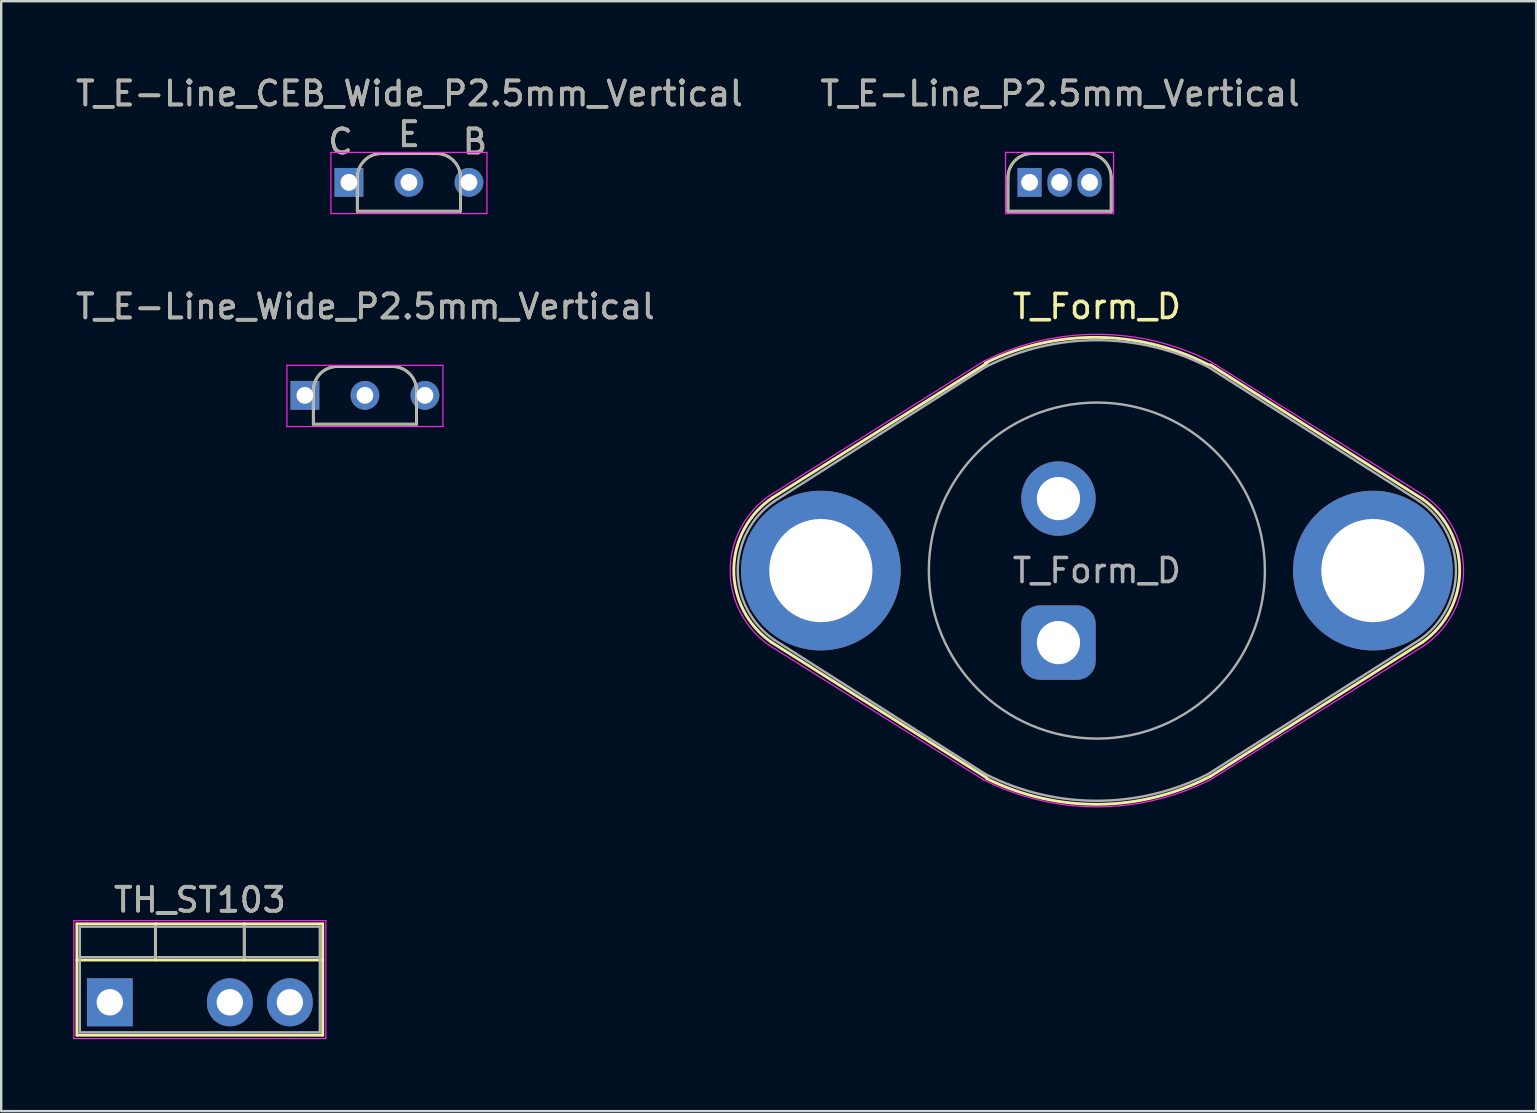
<source format=kicad_pcb>
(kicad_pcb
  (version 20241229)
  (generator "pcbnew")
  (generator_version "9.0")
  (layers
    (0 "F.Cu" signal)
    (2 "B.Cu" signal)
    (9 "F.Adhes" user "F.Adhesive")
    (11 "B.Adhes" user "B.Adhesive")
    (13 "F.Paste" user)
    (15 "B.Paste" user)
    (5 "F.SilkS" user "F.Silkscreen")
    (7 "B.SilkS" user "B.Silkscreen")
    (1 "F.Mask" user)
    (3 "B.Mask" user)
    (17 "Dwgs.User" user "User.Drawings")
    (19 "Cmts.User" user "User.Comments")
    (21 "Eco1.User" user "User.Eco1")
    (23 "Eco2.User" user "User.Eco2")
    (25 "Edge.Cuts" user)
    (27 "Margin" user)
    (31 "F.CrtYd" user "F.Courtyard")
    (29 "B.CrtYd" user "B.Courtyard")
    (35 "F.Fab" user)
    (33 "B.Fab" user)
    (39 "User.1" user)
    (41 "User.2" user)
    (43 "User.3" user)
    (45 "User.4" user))
  (footprint "T_Form_D"
    (layer "F.Cu")
    (at 42.647 20.721)
    (property "Reference" "T_Form_D" (at 0 -11 0) (layer "F.SilkS") (effects (font (size 1 1) (thickness 0.15))))
    (attr through_hole)
    (fp_line (start -4.575 -8.645) (end -13.5 -3.045) (stroke (width 0.12) (type solid)) (layer "F.SilkS"))
    (fp_line (start -4.575 8.645) (end -13.575 2.975) (stroke (width 0.12) (type solid)) (layer "F.SilkS"))
    (fp_line (start 4.725 -8.575) (end 13.575 -2.975) (stroke (width 0.12) (type solid)) (layer "F.SilkS"))
    (fp_line (start 4.725 8.575) (end 13.575 2.975) (stroke (width 0.12) (type solid)) (layer "F.SilkS"))
    (fp_arc (start -13.575 2.975) (mid -15.125958 -0.05479) (end -13.5 -3.045) (stroke (width 0.12) (type solid)) (layer "F.SilkS"))
    (fp_arc (start -4.65 -8.645) (mid 0.008321 -9.715559) (end 4.65 -8.575) (stroke (width 0.12) (type solid)) (layer "F.SilkS"))
    (fp_arc (start 4.725 8.575) (mid 0.076121 9.736623) (end -4.59375 8.6625) (stroke (width 0.12) (type solid)) (layer "F.SilkS"))
    (fp_arc (start 13.575 -2.975) (mid 15.116511 0) (end 13.575 2.975) (stroke (width 0.12) (type solid)) (layer "F.SilkS"))
    (fp_line (start -4.725 -8.715) (end -13.65 -3.115) (stroke (width 0.05) (type solid)) (layer "F.CrtYd"))
    (fp_line (start -4.725 8.715) (end -13.65 3.115) (stroke (width 0.05) (type solid)) (layer "F.CrtYd"))
    (fp_line (start 4.725 -8.715) (end 13.65 -3.115) (stroke (width 0.05) (type solid)) (layer "F.CrtYd"))
    (fp_line (start 4.725 8.715) (end 13.65 3.115) (stroke (width 0.05) (type solid)) (layer "F.CrtYd"))
    (fp_arc (start -13.65 3.115) (mid -15.276328 0) (end -13.65 -3.115) (stroke (width 0.05) (type solid)) (layer "F.CrtYd"))
    (fp_arc (start -4.725 -8.715) (mid 0 -9.842419) (end 4.725 -8.715) (stroke (width 0.05) (type solid)) (layer "F.CrtYd"))
    (fp_arc (start 4.725 8.715) (mid 0 9.842417) (end -4.725 8.715) (stroke (width 0.05) (type solid)) (layer "F.CrtYd"))
    (fp_arc (start 13.65 -3.115) (mid 15.276327 0) (end 13.65 3.115) (stroke (width 0.05) (type solid)) (layer "F.CrtYd"))
    (fp_line (start -4.635 -8.484) (end -13.432 -2.891) (stroke (width 0.1) (type solid)) (layer "F.Fab"))
    (fp_line (start -4.635 8.484) (end -13.432 2.891) (stroke (width 0.1) (type solid)) (layer "F.Fab"))
    (fp_line (start 4.635 -8.484) (end 13.432 -2.891) (stroke (width 0.1) (type solid)) (layer "F.Fab"))
    (fp_line (start 4.635 8.477) (end 13.432 2.891) (stroke (width 0.1) (type solid)) (layer "F.Fab"))
    (fp_arc (start -13.4325 2.891) (mid -14.962205 0) (end -13.4325 -2.891) (stroke (width 0.1) (type solid)) (layer "F.Fab"))
    (fp_arc (start -4.635 -8.484) (mid 0 -9.597496) (end 4.635 -8.484) (stroke (width 0.1) (type solid)) (layer "F.Fab"))
    (fp_arc (start 4.635 8.477) (mid 0.000838 9.590552) (end -4.635 8.484) (stroke (width 0.1) (type solid)) (layer "F.Fab"))
    (fp_arc (start 13.4325 -2.891) (mid 14.962202 0) (end 13.4325 2.891) (stroke (width 0.1) (type solid)) (layer "F.Fab"))
    (fp_circle (center -11.5 0) (end -9.5 0) (stroke (width 0.1) (type solid)) (fill no) (layer "F.Fab"))
    (fp_circle (center 0 0) (end 7 0) (stroke (width 0.1) (type solid)) (fill no) (layer "F.Fab"))
    (fp_circle (center 11.5 0) (end 13.5 0) (stroke (width 0.1) (type solid)) (fill no) (layer "F.Fab"))
    (fp_text user "${REFERENCE}" (at 0 0 0) (layer "F.Fab") (effects (font (size 1 1) (thickness 0.15))))
    (pad "1" thru_hole roundrect (at -1.6 3) (size 3.1 3.1) (drill 1.8) (layers "*.Cu" "*.Mask") (roundrect_rratio 0.25))
    (pad "2" thru_hole circle (at -1.6 -3) (size 3.1 3.1) (drill 1.8) (layers "*.Cu" "*.Mask"))
    (pad "3" thru_hole circle (at -11.5 0) (size 6.65 6.65) (drill 4.3) (layers "*.Cu" "*.Mask"))
    (pad "3" thru_hole circle (at 11.5 0) (size 6.65 6.65) (drill 4.3) (layers "*.Cu" "*.Mask")))
  (footprint "T_E-Line_CEB_Wide_P2.5mm_Vertical"
    (layer "F.Cu")
    (at 12.736 4.548)
    (property "Reference" "T_E-Line_CEB_Wide_P2.5mm_Vertical" (at 1.27 -3.7 0) (layer "F.SilkS") (effects (font (size 1 1) (thickness 0.15))))
    (attr through_hole)
    (fp_line (start -0.9 -0.2) (end -0.9 1.2) (stroke (width 0.12) (type solid)) (layer "F.SilkS"))
    (fp_line (start -0.9 1.2) (end 3.4 1.2) (stroke (width 0.12) (type solid)) (layer "F.SilkS"))
    (fp_line (start 2.4 -1.2) (end 0.1 -1.2) (stroke (width 0.12) (type solid)) (layer "F.SilkS"))
    (fp_line (start 3.4 1.2) (end 3.4 -0.2) (stroke (width 0.12) (type solid)) (layer "F.SilkS"))
    (fp_arc (start -0.9 -0.2) (mid -0.607107 -0.907107) (end 0.1 -1.2) (stroke (width 0.12) (type solid)) (layer "F.SilkS"))
    (fp_arc (start 2.4 -1.2) (mid 3.107107 -0.907107) (end 3.4 -0.2) (stroke (width 0.12) (type solid)) (layer "F.SilkS"))
    (fp_line (start -2 -1.25) (end -2 1.3) (stroke (width 0.05) (type solid)) (layer "F.CrtYd"))
    (fp_line (start -2 1.3) (end 4.5 1.3) (stroke (width 0.05) (type solid)) (layer "F.CrtYd"))
    (fp_line (start 4.5 -1.25) (end -2 -1.25) (stroke (width 0.05) (type solid)) (layer "F.CrtYd"))
    (fp_line (start 4.5 1.3) (end 4.5 -1.25) (stroke (width 0.05) (type solid)) (layer "F.CrtYd"))
    (fp_line (start -0.9 -0.2) (end -0.9 1.2) (stroke (width 0.1) (type solid)) (layer "F.Fab"))
    (fp_line (start -0.9 1.2) (end 3.4 1.2) (stroke (width 0.1) (type solid)) (layer "F.Fab"))
    (fp_line (start 2.4 -1.2) (end 0.1 -1.2) (stroke (width 0.1) (type solid)) (layer "F.Fab"))
    (fp_line (start 3.4 1.2) (end 3.4 -0.2) (stroke (width 0.1) (type solid)) (layer "F.Fab"))
    (fp_arc (start -0.9 -0.2) (mid -0.607107 -0.907107) (end 0.1 -1.2) (stroke (width 0.1) (type solid)) (layer "F.Fab"))
    (fp_arc (start 2.4 -1.2) (mid 3.107107 -0.907107) (end 3.4 -0.2) (stroke (width 0.1) (type solid)) (layer "F.Fab"))
    (fp_text user "C" (at -1.6 -1.7 0) (layer "F.SilkS") (effects (font (size 1 1) (thickness 0.15))))
    (fp_text user "E" (at 1.25 -2 0) (layer "F.SilkS") (effects (font (size 1 1) (thickness 0.15))))
    (fp_text user "B" (at 4 -1.7 0) (layer "F.SilkS") (effects (font (size 1 1) (thickness 0.15))))
    (fp_text user "C" (at -1.6 -1.7 0) (layer "F.Fab") (effects (font (size 1 1) (thickness 0.15))))
    (fp_text user "${REFERENCE}" (at 1.27 -3.7 0) (layer "F.Fab") (effects (font (size 1 1) (thickness 0.15))))
    (fp_text user "B" (at 4 -1.7 0) (layer "F.Fab") (effects (font (size 1 1) (thickness 0.15))))
    (fp_text user "E" (at 1.25 -2 0) (layer "F.Fab") (effects (font (size 1 1) (thickness 0.15))))
    (pad "1" thru_hole rect (at -1.25 0) (size 1.2 1.2) (drill 0.7) (layers "*.Cu" "*.Mask"))
    (pad "2" thru_hole oval (at 1.25 0) (size 1.2 1.2) (drill 0.7) (layers "*.Cu" "*.Mask"))
    (pad "3" thru_hole oval (at 3.75 0) (size 1.2 1.2) (drill 0.7) (layers "*.Cu" "*.Mask")))
  (footprint "T_E-Line_P2.5mm_Vertical"
    (layer "F.Cu")
    (at 39.843 4.548)
    (property "Reference" "T_E-Line_P2.5mm_Vertical" (at 1.27 -3.7 0) (layer "F.SilkS") (effects (font (size 1 1) (thickness 0.15))))
    (attr through_hole)
    (fp_line (start -0.9 -0.2) (end -0.9 1.2) (stroke (width 0.12) (type solid)) (layer "F.SilkS"))
    (fp_line (start -0.9 1.2) (end 3.4 1.2) (stroke (width 0.12) (type solid)) (layer "F.SilkS"))
    (fp_line (start 2.4 -1.2) (end 0.1 -1.2) (stroke (width 0.12) (type solid)) (layer "F.SilkS"))
    (fp_line (start 3.4 1.2) (end 3.4 -0.2) (stroke (width 0.12) (type solid)) (layer "F.SilkS"))
    (fp_arc (start -0.9 -0.2) (mid -0.607107 -0.907107) (end 0.1 -1.2) (stroke (width 0.12) (type solid)) (layer "F.SilkS"))
    (fp_arc (start 2.4 -1.2) (mid 3.107107 -0.907107) (end 3.4 -0.2) (stroke (width 0.12) (type solid)) (layer "F.SilkS"))
    (fp_line (start -1 -1.25) (end -1 1.3) (stroke (width 0.05) (type solid)) (layer "F.CrtYd"))
    (fp_line (start -1 1.3) (end 3.5 1.3) (stroke (width 0.05) (type solid)) (layer "F.CrtYd"))
    (fp_line (start 3.5 -1.25) (end -1 -1.25) (stroke (width 0.05) (type solid)) (layer "F.CrtYd"))
    (fp_line (start 3.5 1.3) (end 3.5 -1.25) (stroke (width 0.05) (type solid)) (layer "F.CrtYd"))
    (fp_line (start -0.9 -0.2) (end -0.9 1.2) (stroke (width 0.1) (type solid)) (layer "F.Fab"))
    (fp_line (start -0.9 1.2) (end 3.4 1.2) (stroke (width 0.1) (type solid)) (layer "F.Fab"))
    (fp_line (start 2.4 -1.2) (end 0.1 -1.2) (stroke (width 0.1) (type solid)) (layer "F.Fab"))
    (fp_line (start 3.4 1.2) (end 3.4 -0.2) (stroke (width 0.1) (type solid)) (layer "F.Fab"))
    (fp_arc (start -0.9 -0.2) (mid -0.607107 -0.907107) (end 0.1 -1.2) (stroke (width 0.1) (type solid)) (layer "F.Fab"))
    (fp_arc (start 2.4 -1.2) (mid 3.107107 -0.907107) (end 3.4 -0.2) (stroke (width 0.1) (type solid)) (layer "F.Fab"))
    (fp_text user "${REFERENCE}" (at 1.27 -3.7 0) (layer "F.Fab") (effects (font (size 1 1) (thickness 0.15))))
    (pad "1" thru_hole rect (at 0 0) (size 1 1.2) (drill 0.7) (layers "*.Cu" "*.Mask"))
    (pad "2" thru_hole oval (at 1.25 0) (size 1 1.2) (drill 0.7) (layers "*.Cu" "*.Mask"))
    (pad "3" thru_hole oval (at 2.5 0) (size 1 1.2) (drill 0.7) (layers "*.Cu" "*.Mask")))
  (footprint "TH_ST103"
    (layer "F.Cu")
    (at 5.275 38.707)
    (property "Reference" "TH_ST103" (at 0 -4.27 0) (layer "F.SilkS") (effects (font (size 1 1) (thickness 0.15))))
    (attr through_hole)
    (fp_line (start -5.12 -3.27) (end -5.12 1.371) (stroke (width 0.12) (type solid)) (layer "F.SilkS"))
    (fp_line (start -5.12 -3.27) (end 5.12 -3.27) (stroke (width 0.12) (type solid)) (layer "F.SilkS"))
    (fp_line (start -5.12 -1.76) (end 5.12 -1.76) (stroke (width 0.12) (type solid)) (layer "F.SilkS"))
    (fp_line (start -5.12 1.371) (end 5.12 1.371) (stroke (width 0.12) (type solid)) (layer "F.SilkS"))
    (fp_line (start -1.85 -3.27) (end -1.85 -1.76) (stroke (width 0.12) (type solid)) (layer "F.SilkS"))
    (fp_line (start 1.851 -3.27) (end 1.851 -1.76) (stroke (width 0.12) (type solid)) (layer "F.SilkS"))
    (fp_line (start 5.12 -3.27) (end 5.12 1.371) (stroke (width 0.12) (type solid)) (layer "F.SilkS"))
    (fp_line (start -5.25 -3.4) (end -5.25 1.51) (stroke (width 0.05) (type solid)) (layer "F.CrtYd"))
    (fp_line (start -5.25 1.51) (end 5.25 1.51) (stroke (width 0.05) (type solid)) (layer "F.CrtYd"))
    (fp_line (start 5.25 -3.4) (end -5.25 -3.4) (stroke (width 0.05) (type solid)) (layer "F.CrtYd"))
    (fp_line (start 5.25 1.51) (end 5.25 -3.4) (stroke (width 0.05) (type solid)) (layer "F.CrtYd"))
    (fp_line (start -5 -3.15) (end -5 1.25) (stroke (width 0.1) (type solid)) (layer "F.Fab"))
    (fp_line (start -5 -1.88) (end 5 -1.88) (stroke (width 0.1) (type solid)) (layer "F.Fab"))
    (fp_line (start -5 1.25) (end 5 1.25) (stroke (width 0.1) (type solid)) (layer "F.Fab"))
    (fp_line (start -1.85 -3.15) (end -1.85 -1.88) (stroke (width 0.1) (type solid)) (layer "F.Fab"))
    (fp_line (start 1.85 -3.15) (end 1.85 -1.88) (stroke (width 0.1) (type solid)) (layer "F.Fab"))
    (fp_line (start 5 -3.15) (end -5 -3.15) (stroke (width 0.1) (type solid)) (layer "F.Fab"))
    (fp_line (start 5 1.25) (end 5 -3.15) (stroke (width 0.1) (type solid)) (layer "F.Fab"))
    (fp_text user "${REFERENCE}" (at 0 -4.27 0) (layer "F.Fab") (effects (font (size 1 1) (thickness 0.15))))
    (pad "1" thru_hole rect (at -3.75 0) (size 1.905 2) (drill 1.1) (layers "*.Cu" "*.Mask"))
    (pad "2" thru_hole oval (at 1.25 0) (size 1.905 2) (drill 1.1) (layers "*.Cu" "*.Mask"))
    (pad "3" thru_hole oval (at 3.75 0) (size 1.905 2) (drill 1.1) (layers "*.Cu" "*.Mask")))
  (footprint "T_E-Line_Wide_P2.5mm_Vertical"
    (layer "F.Cu")
    (at 10.903 13.421)
    (property "Reference" "T_E-Line_Wide_P2.5mm_Vertical" (at 1.27 -3.7 0) (layer "F.SilkS") (effects (font (size 1 1) (thickness 0.15))))
    (attr through_hole)
    (fp_line (start -0.9 -0.2) (end -0.9 1.2) (stroke (width 0.12) (type solid)) (layer "F.SilkS"))
    (fp_line (start -0.9 1.2) (end 3.4 1.2) (stroke (width 0.12) (type solid)) (layer "F.SilkS"))
    (fp_line (start 2.4 -1.2) (end 0.1 -1.2) (stroke (width 0.12) (type solid)) (layer "F.SilkS"))
    (fp_line (start 3.4 1.2) (end 3.4 -0.2) (stroke (width 0.12) (type solid)) (layer "F.SilkS"))
    (fp_arc (start -0.9 -0.2) (mid -0.607107 -0.907107) (end 0.1 -1.2) (stroke (width 0.12) (type solid)) (layer "F.SilkS"))
    (fp_arc (start 2.4 -1.2) (mid 3.107107 -0.907107) (end 3.4 -0.2) (stroke (width 0.12) (type solid)) (layer "F.SilkS"))
    (fp_line (start -2 -1.25) (end -2 1.3) (stroke (width 0.05) (type solid)) (layer "F.CrtYd"))
    (fp_line (start -2 1.3) (end 4.5 1.3) (stroke (width 0.05) (type solid)) (layer "F.CrtYd"))
    (fp_line (start 4.5 -1.25) (end -2 -1.25) (stroke (width 0.05) (type solid)) (layer "F.CrtYd"))
    (fp_line (start 4.5 1.3) (end 4.5 -1.25) (stroke (width 0.05) (type solid)) (layer "F.CrtYd"))
    (fp_line (start -0.9 -0.2) (end -0.9 1.2) (stroke (width 0.1) (type solid)) (layer "F.Fab"))
    (fp_line (start -0.9 1.2) (end 3.4 1.2) (stroke (width 0.1) (type solid)) (layer "F.Fab"))
    (fp_line (start 2.4 -1.2) (end 0.1 -1.2) (stroke (width 0.1) (type solid)) (layer "F.Fab"))
    (fp_line (start 3.4 1.2) (end 3.4 -0.2) (stroke (width 0.1) (type solid)) (layer "F.Fab"))
    (fp_arc (start -0.9 -0.2) (mid -0.607107 -0.907107) (end 0.1 -1.2) (stroke (width 0.1) (type solid)) (layer "F.Fab"))
    (fp_arc (start 2.4 -1.2) (mid 3.107107 -0.907107) (end 3.4 -0.2) (stroke (width 0.1) (type solid)) (layer "F.Fab"))
    (fp_text user "${REFERENCE}" (at 1.27 -3.7 0) (layer "F.Fab") (effects (font (size 1 1) (thickness 0.15))))
    (pad "1" thru_hole rect (at -1.25 0) (size 1.2 1.2) (drill 0.7) (layers "*.Cu" "*.Mask"))
    (pad "2" thru_hole oval (at 1.25 0) (size 1.2 1.2) (drill 0.7) (layers "*.Cu" "*.Mask"))
    (pad "3" thru_hole oval (at 3.75 0) (size 1.2 1.2) (drill 0.7) (layers "*.Cu" "*.Mask")))
  (gr_rect
    (start -3 -3)
    (end 60.948 43.242)
    (stroke (width 0.1) (type default))
    (fill no)
    (layer "Edge.Cuts")))
</source>
